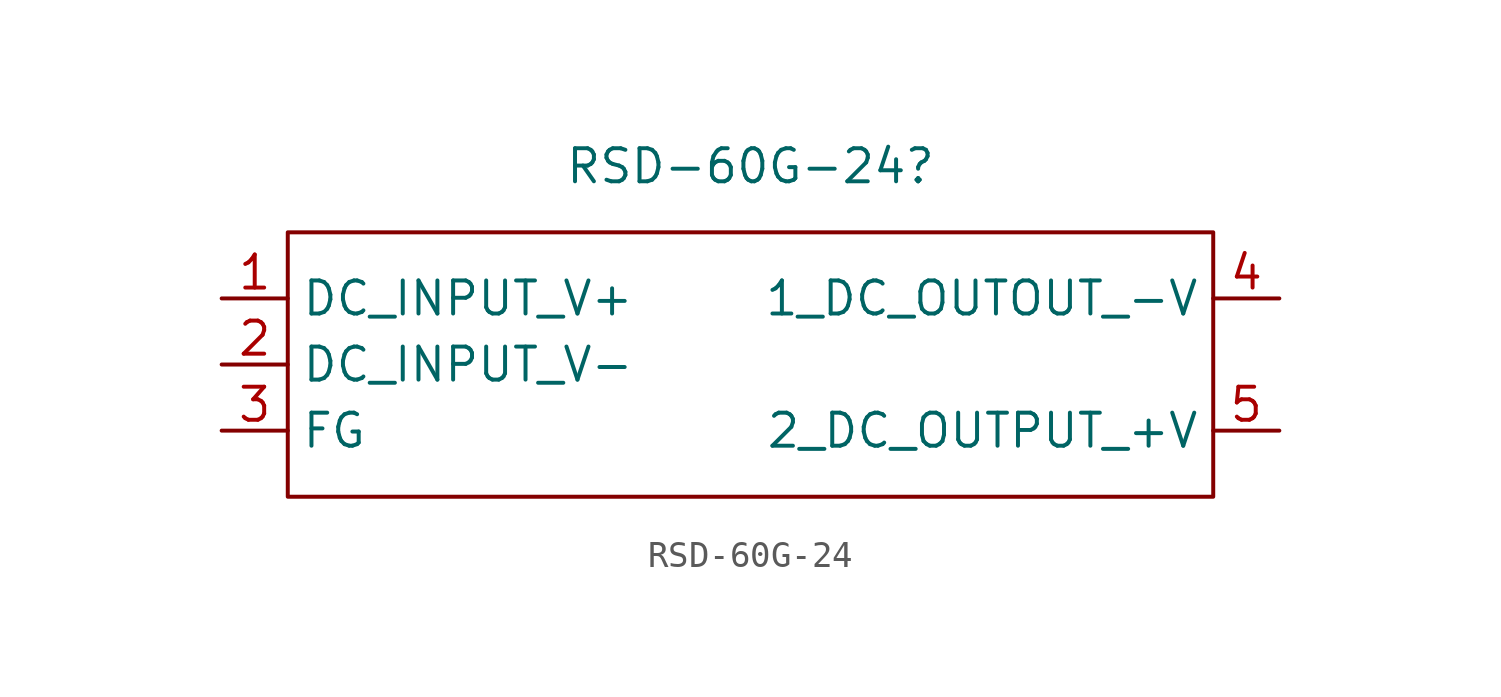
<source format=kicad_sym>
(kicad_symbol_lib
  (version 20220914)
  (generator kicad_symbol_editor)
  (symbol "RSD-60G-24"
    (property "Reference" "RSD-60G-24"
      (at 0 7.62 0)
      (effects (font (size 1.27 1.27))))
    (property "Value" ""
      (at 0 0 0)
      (effects (font (size 1.27 1.27))))
    (symbol "RSD-60G-24_1_1"
      (rectangle (start -17.78 5.08) (end 17.78 -5.08) (stroke (width 0) (type default)) (fill (type none)))
      (pin input line (at -20.32 2.54 0) (length 2.54) (name "DC_INPUT_V+" (effects (font (size 1.27 1.27)))) (number "1" (effects (font (size 1.27 1.27)))))
      (pin input line (at -20.32 0 0) (length 2.54) (name "DC_INPUT_V-" (effects (font (size 1.27 1.27)))) (number "2" (effects (font (size 1.27 1.27)))))
      (pin input line (at -20.32 -2.54 0) (length 2.54) (name "FG" (effects (font (size 1.27 1.27)))) (number "3" (effects (font (size 1.27 1.27)))))
      (pin output line (at 20.32 2.54 180) (length 2.54) (name "1_DC_OUTOUT_-V" (effects (font (size 1.27 1.27)))) (number "4" (effects (font (size 1.27 1.27)))))
      (pin output line (at 20.32 -2.54 180) (length 2.54) (name "2_DC_OUTPUT_+V" (effects (font (size 1.27 1.27)))) (number "5" (effects (font (size 1.27 1.27))))))))
</source>
